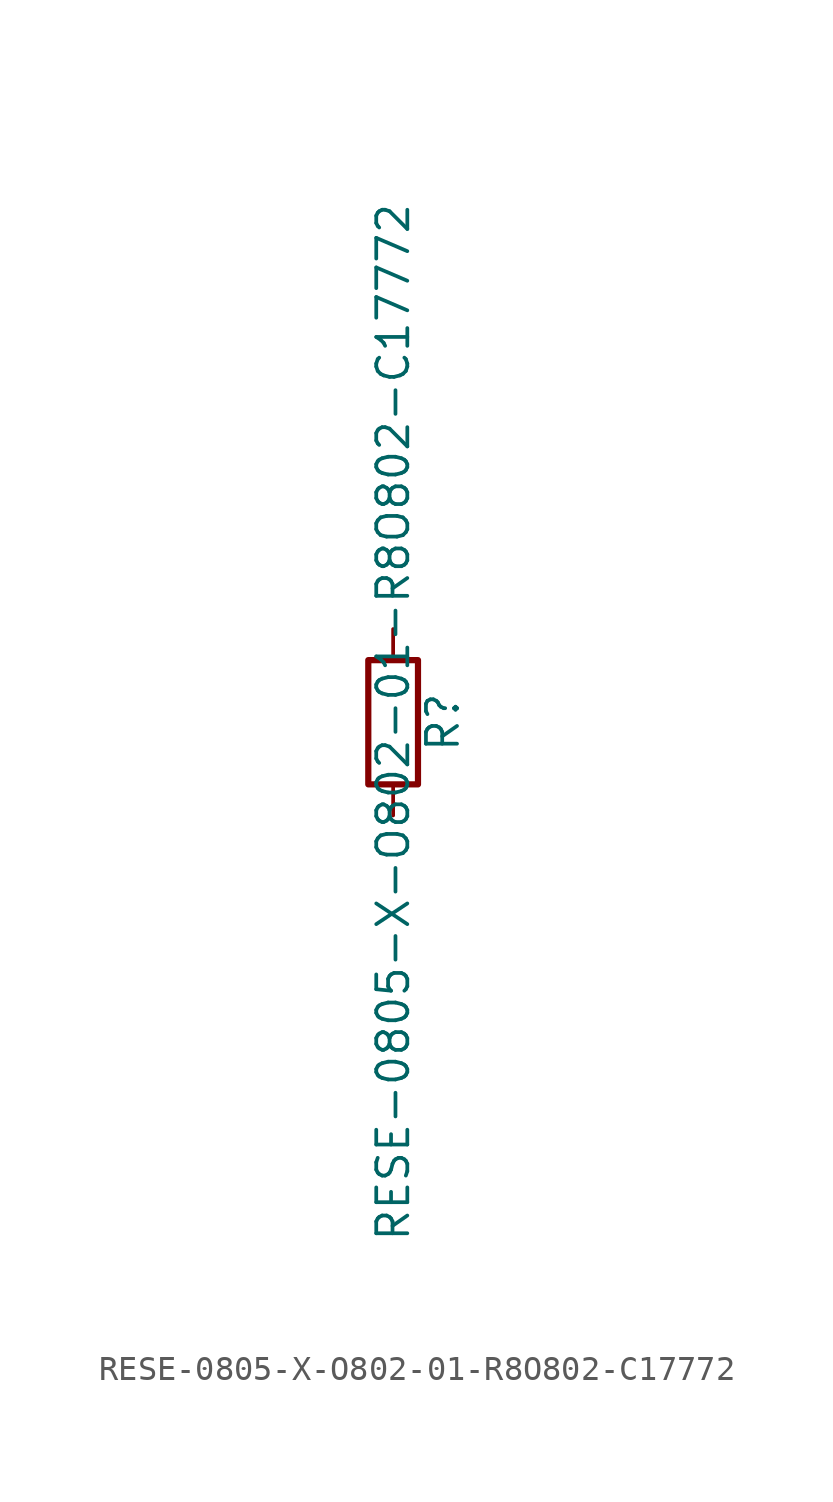
<source format=kicad_sym>
(kicad_symbol_lib
  (version 20211014)
  (generator kicad_symbol_editor)
  (symbol "RESE-0805-X-O802-01-R8O802-C17772"
    (pin_numbers hide)
    (pin_names
      (offset 0))
    (property "Reference" "R"
      (at 2.032 0 90)
      (effects (font (size 1.27 1.27))))
    (property "Value" "RESE-0805-X-O802-01-R8O802-C17772"
      (at 0 0 90)
      (effects (font (size 1.27 1.27))))
    (symbol "RESE-0805-X-O802-01-R8O802-C17772_0_1"
      (rectangle (start -1.016 -2.54) (end 1.016 2.54) (stroke (width 0.254) (type default) (color 0 0 0 0)) (fill (type none))))
    (symbol "RESE-0805-X-O802-01-R8O802-C17772_1_1"
      (pin passive line (at 0 3.81 270) (length 1.27) (name "~" (effects (font (size 1.27 1.27)))) (number "1" (effects (font (size 1.27 1.27)))))
      (pin passive line (at 0 -3.81 90) (length 1.27) (name "~" (effects (font (size 1.27 1.27)))) (number "2" (effects (font (size 1.27 1.27))))))))
</source>
